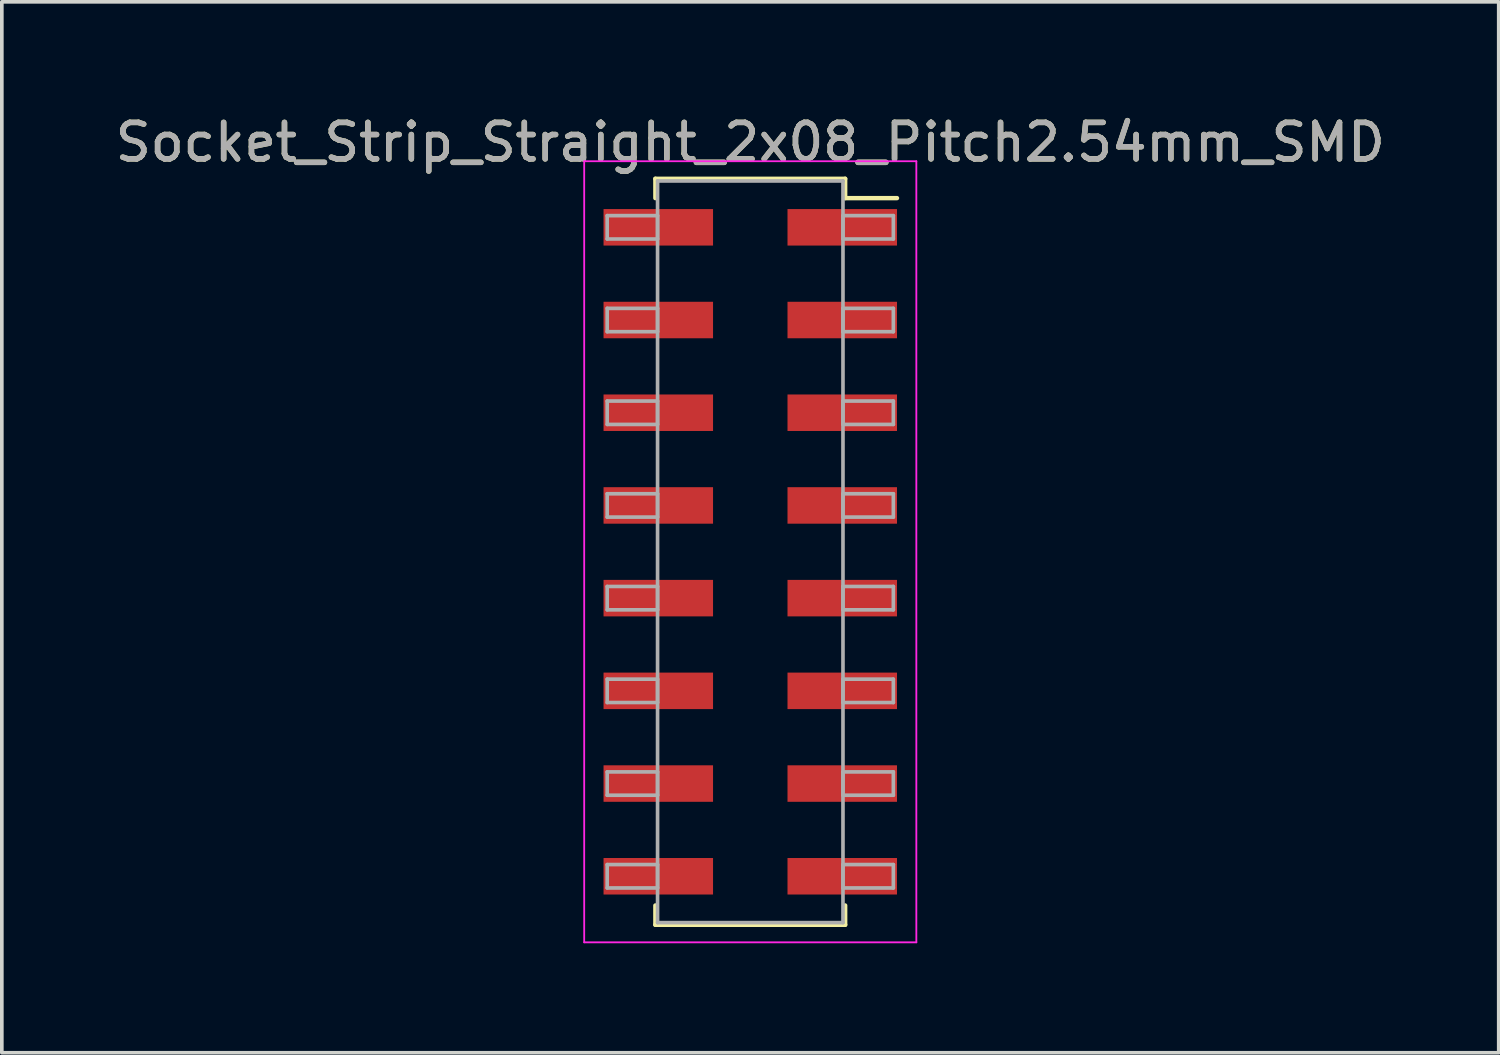
<source format=kicad_pcb>
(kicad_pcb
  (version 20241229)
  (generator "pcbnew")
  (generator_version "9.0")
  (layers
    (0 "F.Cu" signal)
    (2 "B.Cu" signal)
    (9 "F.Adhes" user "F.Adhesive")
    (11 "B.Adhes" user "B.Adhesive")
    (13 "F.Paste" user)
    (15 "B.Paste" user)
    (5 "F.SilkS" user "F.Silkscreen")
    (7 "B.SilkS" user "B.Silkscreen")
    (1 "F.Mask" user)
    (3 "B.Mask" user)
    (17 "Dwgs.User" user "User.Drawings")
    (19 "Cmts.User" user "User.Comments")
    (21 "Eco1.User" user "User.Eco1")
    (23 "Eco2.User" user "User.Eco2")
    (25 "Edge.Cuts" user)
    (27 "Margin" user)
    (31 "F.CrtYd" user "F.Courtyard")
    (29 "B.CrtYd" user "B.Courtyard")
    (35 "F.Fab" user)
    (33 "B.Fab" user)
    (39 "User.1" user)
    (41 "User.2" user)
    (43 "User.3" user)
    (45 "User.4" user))
  (footprint "Socket_Strip_Straight_2x08_Pitch2.54mm_SMD"
    (layer "F.Cu")
    (at 17.506 12.068)
    (property "Reference" "Socket_Strip_Straight_2x08_Pitch2.54mm_SMD" (at 0 -11.22 0) (layer "F.SilkS") (effects (font (size 1 1) (thickness 0.15))))
    (attr smd)
    (fp_line (start -2.6 -10.22) (end 2.6 -10.22) (stroke (width 0.12) (type solid)) (layer "F.SilkS"))
    (fp_line (start -2.6 -9.69) (end -2.6 -10.22) (stroke (width 0.12) (type solid)) (layer "F.SilkS"))
    (fp_line (start -2.6 9.69) (end -2.6 10.22) (stroke (width 0.12) (type solid)) (layer "F.SilkS"))
    (fp_line (start -2.6 10.22) (end 2.6 10.22) (stroke (width 0.12) (type solid)) (layer "F.SilkS"))
    (fp_line (start 2.6 -10.22) (end 2.6 -9.69) (stroke (width 0.12) (type solid)) (layer "F.SilkS"))
    (fp_line (start 2.6 10.22) (end 2.6 9.69) (stroke (width 0.12) (type solid)) (layer "F.SilkS"))
    (fp_line (start 4.02 -9.69) (end 2.6 -9.69) (stroke (width 0.12) (type solid)) (layer "F.SilkS"))
    (fp_line (start -4.55 -10.7) (end -4.55 10.7) (stroke (width 0.05) (type solid)) (layer "F.CrtYd"))
    (fp_line (start -4.55 10.7) (end 4.55 10.7) (stroke (width 0.05) (type solid)) (layer "F.CrtYd"))
    (fp_line (start 4.55 -10.7) (end -4.55 -10.7) (stroke (width 0.05) (type solid)) (layer "F.CrtYd"))
    (fp_line (start 4.55 10.7) (end 4.55 -10.7) (stroke (width 0.05) (type solid)) (layer "F.CrtYd"))
    (fp_line (start -3.92 -9.21) (end -2.54 -9.21) (stroke (width 0.1) (type solid)) (layer "F.Fab"))
    (fp_line (start -3.92 -8.57) (end -3.92 -9.21) (stroke (width 0.1) (type solid)) (layer "F.Fab"))
    (fp_line (start -3.92 -6.67) (end -2.54 -6.67) (stroke (width 0.1) (type solid)) (layer "F.Fab"))
    (fp_line (start -3.92 -6.03) (end -3.92 -6.67) (stroke (width 0.1) (type solid)) (layer "F.Fab"))
    (fp_line (start -3.92 -4.13) (end -2.54 -4.13) (stroke (width 0.1) (type solid)) (layer "F.Fab"))
    (fp_line (start -3.92 -3.49) (end -3.92 -4.13) (stroke (width 0.1) (type solid)) (layer "F.Fab"))
    (fp_line (start -3.92 -1.59) (end -2.54 -1.59) (stroke (width 0.1) (type solid)) (layer "F.Fab"))
    (fp_line (start -3.92 -0.95) (end -3.92 -1.59) (stroke (width 0.1) (type solid)) (layer "F.Fab"))
    (fp_line (start -3.92 0.95) (end -2.54 0.95) (stroke (width 0.1) (type solid)) (layer "F.Fab"))
    (fp_line (start -3.92 1.59) (end -3.92 0.95) (stroke (width 0.1) (type solid)) (layer "F.Fab"))
    (fp_line (start -3.92 3.49) (end -2.54 3.49) (stroke (width 0.1) (type solid)) (layer "F.Fab"))
    (fp_line (start -3.92 4.13) (end -3.92 3.49) (stroke (width 0.1) (type solid)) (layer "F.Fab"))
    (fp_line (start -3.92 6.03) (end -2.54 6.03) (stroke (width 0.1) (type solid)) (layer "F.Fab"))
    (fp_line (start -3.92 6.67) (end -3.92 6.03) (stroke (width 0.1) (type solid)) (layer "F.Fab"))
    (fp_line (start -3.92 8.57) (end -2.54 8.57) (stroke (width 0.1) (type solid)) (layer "F.Fab"))
    (fp_line (start -3.92 9.21) (end -3.92 8.57) (stroke (width 0.1) (type solid)) (layer "F.Fab"))
    (fp_line (start -2.54 -10.16) (end -2.54 10.16) (stroke (width 0.1) (type solid)) (layer "F.Fab"))
    (fp_line (start -2.54 -9.21) (end -2.54 -8.57) (stroke (width 0.1) (type solid)) (layer "F.Fab"))
    (fp_line (start -2.54 -8.57) (end -3.92 -8.57) (stroke (width 0.1) (type solid)) (layer "F.Fab"))
    (fp_line (start -2.54 -6.67) (end -2.54 -6.03) (stroke (width 0.1) (type solid)) (layer "F.Fab"))
    (fp_line (start -2.54 -6.03) (end -3.92 -6.03) (stroke (width 0.1) (type solid)) (layer "F.Fab"))
    (fp_line (start -2.54 -4.13) (end -2.54 -3.49) (stroke (width 0.1) (type solid)) (layer "F.Fab"))
    (fp_line (start -2.54 -3.49) (end -3.92 -3.49) (stroke (width 0.1) (type solid)) (layer "F.Fab"))
    (fp_line (start -2.54 -1.59) (end -2.54 -0.95) (stroke (width 0.1) (type solid)) (layer "F.Fab"))
    (fp_line (start -2.54 -0.95) (end -3.92 -0.95) (stroke (width 0.1) (type solid)) (layer "F.Fab"))
    (fp_line (start -2.54 0.95) (end -2.54 1.59) (stroke (width 0.1) (type solid)) (layer "F.Fab"))
    (fp_line (start -2.54 1.59) (end -3.92 1.59) (stroke (width 0.1) (type solid)) (layer "F.Fab"))
    (fp_line (start -2.54 3.49) (end -2.54 4.13) (stroke (width 0.1) (type solid)) (layer "F.Fab"))
    (fp_line (start -2.54 4.13) (end -3.92 4.13) (stroke (width 0.1) (type solid)) (layer "F.Fab"))
    (fp_line (start -2.54 6.03) (end -2.54 6.67) (stroke (width 0.1) (type solid)) (layer "F.Fab"))
    (fp_line (start -2.54 6.67) (end -3.92 6.67) (stroke (width 0.1) (type solid)) (layer "F.Fab"))
    (fp_line (start -2.54 8.57) (end -2.54 9.21) (stroke (width 0.1) (type solid)) (layer "F.Fab"))
    (fp_line (start -2.54 9.21) (end -3.92 9.21) (stroke (width 0.1) (type solid)) (layer "F.Fab"))
    (fp_line (start -2.54 10.16) (end 2.54 10.16) (stroke (width 0.1) (type solid)) (layer "F.Fab"))
    (fp_line (start 2.54 -10.16) (end -2.54 -10.16) (stroke (width 0.1) (type solid)) (layer "F.Fab"))
    (fp_line (start 2.54 -9.21) (end 2.54 -8.57) (stroke (width 0.1) (type solid)) (layer "F.Fab"))
    (fp_line (start 2.54 -8.57) (end 3.92 -8.57) (stroke (width 0.1) (type solid)) (layer "F.Fab"))
    (fp_line (start 2.54 -6.67) (end 2.54 -6.03) (stroke (width 0.1) (type solid)) (layer "F.Fab"))
    (fp_line (start 2.54 -6.03) (end 3.92 -6.03) (stroke (width 0.1) (type solid)) (layer "F.Fab"))
    (fp_line (start 2.54 -4.13) (end 2.54 -3.49) (stroke (width 0.1) (type solid)) (layer "F.Fab"))
    (fp_line (start 2.54 -3.49) (end 3.92 -3.49) (stroke (width 0.1) (type solid)) (layer "F.Fab"))
    (fp_line (start 2.54 -1.59) (end 2.54 -0.95) (stroke (width 0.1) (type solid)) (layer "F.Fab"))
    (fp_line (start 2.54 -0.95) (end 3.92 -0.95) (stroke (width 0.1) (type solid)) (layer "F.Fab"))
    (fp_line (start 2.54 0.95) (end 2.54 1.59) (stroke (width 0.1) (type solid)) (layer "F.Fab"))
    (fp_line (start 2.54 1.59) (end 3.92 1.59) (stroke (width 0.1) (type solid)) (layer "F.Fab"))
    (fp_line (start 2.54 3.49) (end 2.54 4.13) (stroke (width 0.1) (type solid)) (layer "F.Fab"))
    (fp_line (start 2.54 4.13) (end 3.92 4.13) (stroke (width 0.1) (type solid)) (layer "F.Fab"))
    (fp_line (start 2.54 6.03) (end 2.54 6.67) (stroke (width 0.1) (type solid)) (layer "F.Fab"))
    (fp_line (start 2.54 6.67) (end 3.92 6.67) (stroke (width 0.1) (type solid)) (layer "F.Fab"))
    (fp_line (start 2.54 8.57) (end 2.54 9.21) (stroke (width 0.1) (type solid)) (layer "F.Fab"))
    (fp_line (start 2.54 9.21) (end 3.92 9.21) (stroke (width 0.1) (type solid)) (layer "F.Fab"))
    (fp_line (start 2.54 10.16) (end 2.54 -10.16) (stroke (width 0.1) (type solid)) (layer "F.Fab"))
    (fp_line (start 3.92 -9.21) (end 2.54 -9.21) (stroke (width 0.1) (type solid)) (layer "F.Fab"))
    (fp_line (start 3.92 -8.57) (end 3.92 -9.21) (stroke (width 0.1) (type solid)) (layer "F.Fab"))
    (fp_line (start 3.92 -6.67) (end 2.54 -6.67) (stroke (width 0.1) (type solid)) (layer "F.Fab"))
    (fp_line (start 3.92 -6.03) (end 3.92 -6.67) (stroke (width 0.1) (type solid)) (layer "F.Fab"))
    (fp_line (start 3.92 -4.13) (end 2.54 -4.13) (stroke (width 0.1) (type solid)) (layer "F.Fab"))
    (fp_line (start 3.92 -3.49) (end 3.92 -4.13) (stroke (width 0.1) (type solid)) (layer "F.Fab"))
    (fp_line (start 3.92 -1.59) (end 2.54 -1.59) (stroke (width 0.1) (type solid)) (layer "F.Fab"))
    (fp_line (start 3.92 -0.95) (end 3.92 -1.59) (stroke (width 0.1) (type solid)) (layer "F.Fab"))
    (fp_line (start 3.92 0.95) (end 2.54 0.95) (stroke (width 0.1) (type solid)) (layer "F.Fab"))
    (fp_line (start 3.92 1.59) (end 3.92 0.95) (stroke (width 0.1) (type solid)) (layer "F.Fab"))
    (fp_line (start 3.92 3.49) (end 2.54 3.49) (stroke (width 0.1) (type solid)) (layer "F.Fab"))
    (fp_line (start 3.92 4.13) (end 3.92 3.49) (stroke (width 0.1) (type solid)) (layer "F.Fab"))
    (fp_line (start 3.92 6.03) (end 2.54 6.03) (stroke (width 0.1) (type solid)) (layer "F.Fab"))
    (fp_line (start 3.92 6.67) (end 3.92 6.03) (stroke (width 0.1) (type solid)) (layer "F.Fab"))
    (fp_line (start 3.92 8.57) (end 2.54 8.57) (stroke (width 0.1) (type solid)) (layer "F.Fab"))
    (fp_line (start 3.92 9.21) (end 3.92 8.57) (stroke (width 0.1) (type solid)) (layer "F.Fab"))
    (fp_text user "${REFERENCE}" (at 0 -11.22 0) (layer "F.Fab") (effects (font (size 1 1) (thickness 0.15))))
    (pad "1" smd rect (at 2.52 -8.89) (size 3 1) (layers "F.Cu" "F.Mask" "F.Paste"))
    (pad "2" smd rect (at -2.52 -8.89) (size 3 1) (layers "F.Cu" "F.Mask" "F.Paste"))
    (pad "3" smd rect (at 2.52 -6.35) (size 3 1) (layers "F.Cu" "F.Mask" "F.Paste"))
    (pad "4" smd rect (at -2.52 -6.35) (size 3 1) (layers "F.Cu" "F.Mask" "F.Paste"))
    (pad "5" smd rect (at 2.52 -3.81) (size 3 1) (layers "F.Cu" "F.Mask" "F.Paste"))
    (pad "6" smd rect (at -2.52 -3.81) (size 3 1) (layers "F.Cu" "F.Mask" "F.Paste"))
    (pad "7" smd rect (at 2.52 -1.27) (size 3 1) (layers "F.Cu" "F.Mask" "F.Paste"))
    (pad "8" smd rect (at -2.52 -1.27) (size 3 1) (layers "F.Cu" "F.Mask" "F.Paste"))
    (pad "9" smd rect (at 2.52 1.27) (size 3 1) (layers "F.Cu" "F.Mask" "F.Paste"))
    (pad "10" smd rect (at -2.52 1.27) (size 3 1) (layers "F.Cu" "F.Mask" "F.Paste"))
    (pad "11" smd rect (at 2.52 3.81) (size 3 1) (layers "F.Cu" "F.Mask" "F.Paste"))
    (pad "12" smd rect (at -2.52 3.81) (size 3 1) (layers "F.Cu" "F.Mask" "F.Paste"))
    (pad "13" smd rect (at 2.52 6.35) (size 3 1) (layers "F.Cu" "F.Mask" "F.Paste"))
    (pad "14" smd rect (at -2.52 6.35) (size 3 1) (layers "F.Cu" "F.Mask" "F.Paste"))
    (pad "15" smd rect (at 2.52 8.89) (size 3 1) (layers "F.Cu" "F.Mask" "F.Paste"))
    (pad "16" smd rect (at -2.52 8.89) (size 3 1) (layers "F.Cu" "F.Mask" "F.Paste")))
  (gr_rect
    (start -3 -3)
    (end 38.012 25.793)
    (stroke (width 0.1) (type default))
    (fill no)
    (layer "Edge.Cuts")))
</source>
